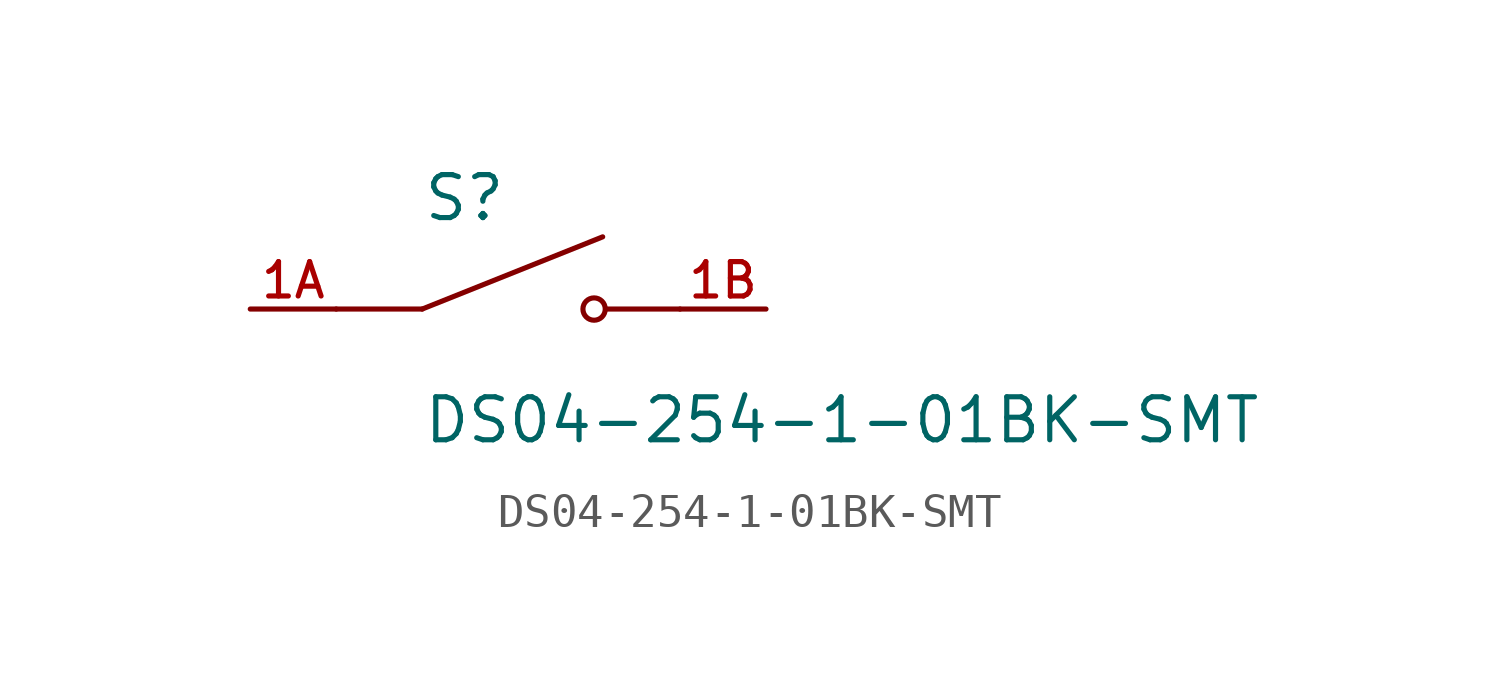
<source format=kicad_sym>
(kicad_symbol_lib
  (version 20211014)
  (generator kicad_symbol_editor)
  (symbol "DS04-254-1-01BK-SMT"
    (pin_names
      (offset 1.016))
    (property "Reference" "S"
      (at -2.54 2.54 0)
      (effects (font (size 1.27 1.27)) (justify bottom left)))
    (property "Value" "DS04-254-1-01BK-SMT"
      (at -2.54 -2.54 0)
      (effects (font (size 1.27 1.27)) (justify top left)))
    (symbol "DS04-254-1-01BK-SMT_0_0"
      (polyline (pts (xy -2.54 0.0) (xy 2.794 2.134)) (stroke (width 0.152)))
      (circle (center 2.54 0.0) (radius 0.33) (stroke (width 0.152)) (fill (type none)))
      (polyline (pts (xy 5.08 0.0) (xy 2.921 0.0)) (stroke (width 0.152)))
      (polyline (pts (xy -2.54 0.0) (xy -5.08 0.0)) (stroke (width 0.152)))
      (pin passive line (at -7.62 0.0 0) (length 2.54) (name "~" (effects (font (size 1.016 1.016)))) (number "1A" (effects (font (size 1.016 1.016)))))
      (pin passive line (at 7.62 0.0 180.0) (length 2.54) (name "~" (effects (font (size 1.016 1.016)))) (number "1B" (effects (font (size 1.016 1.016))))))))
</source>
